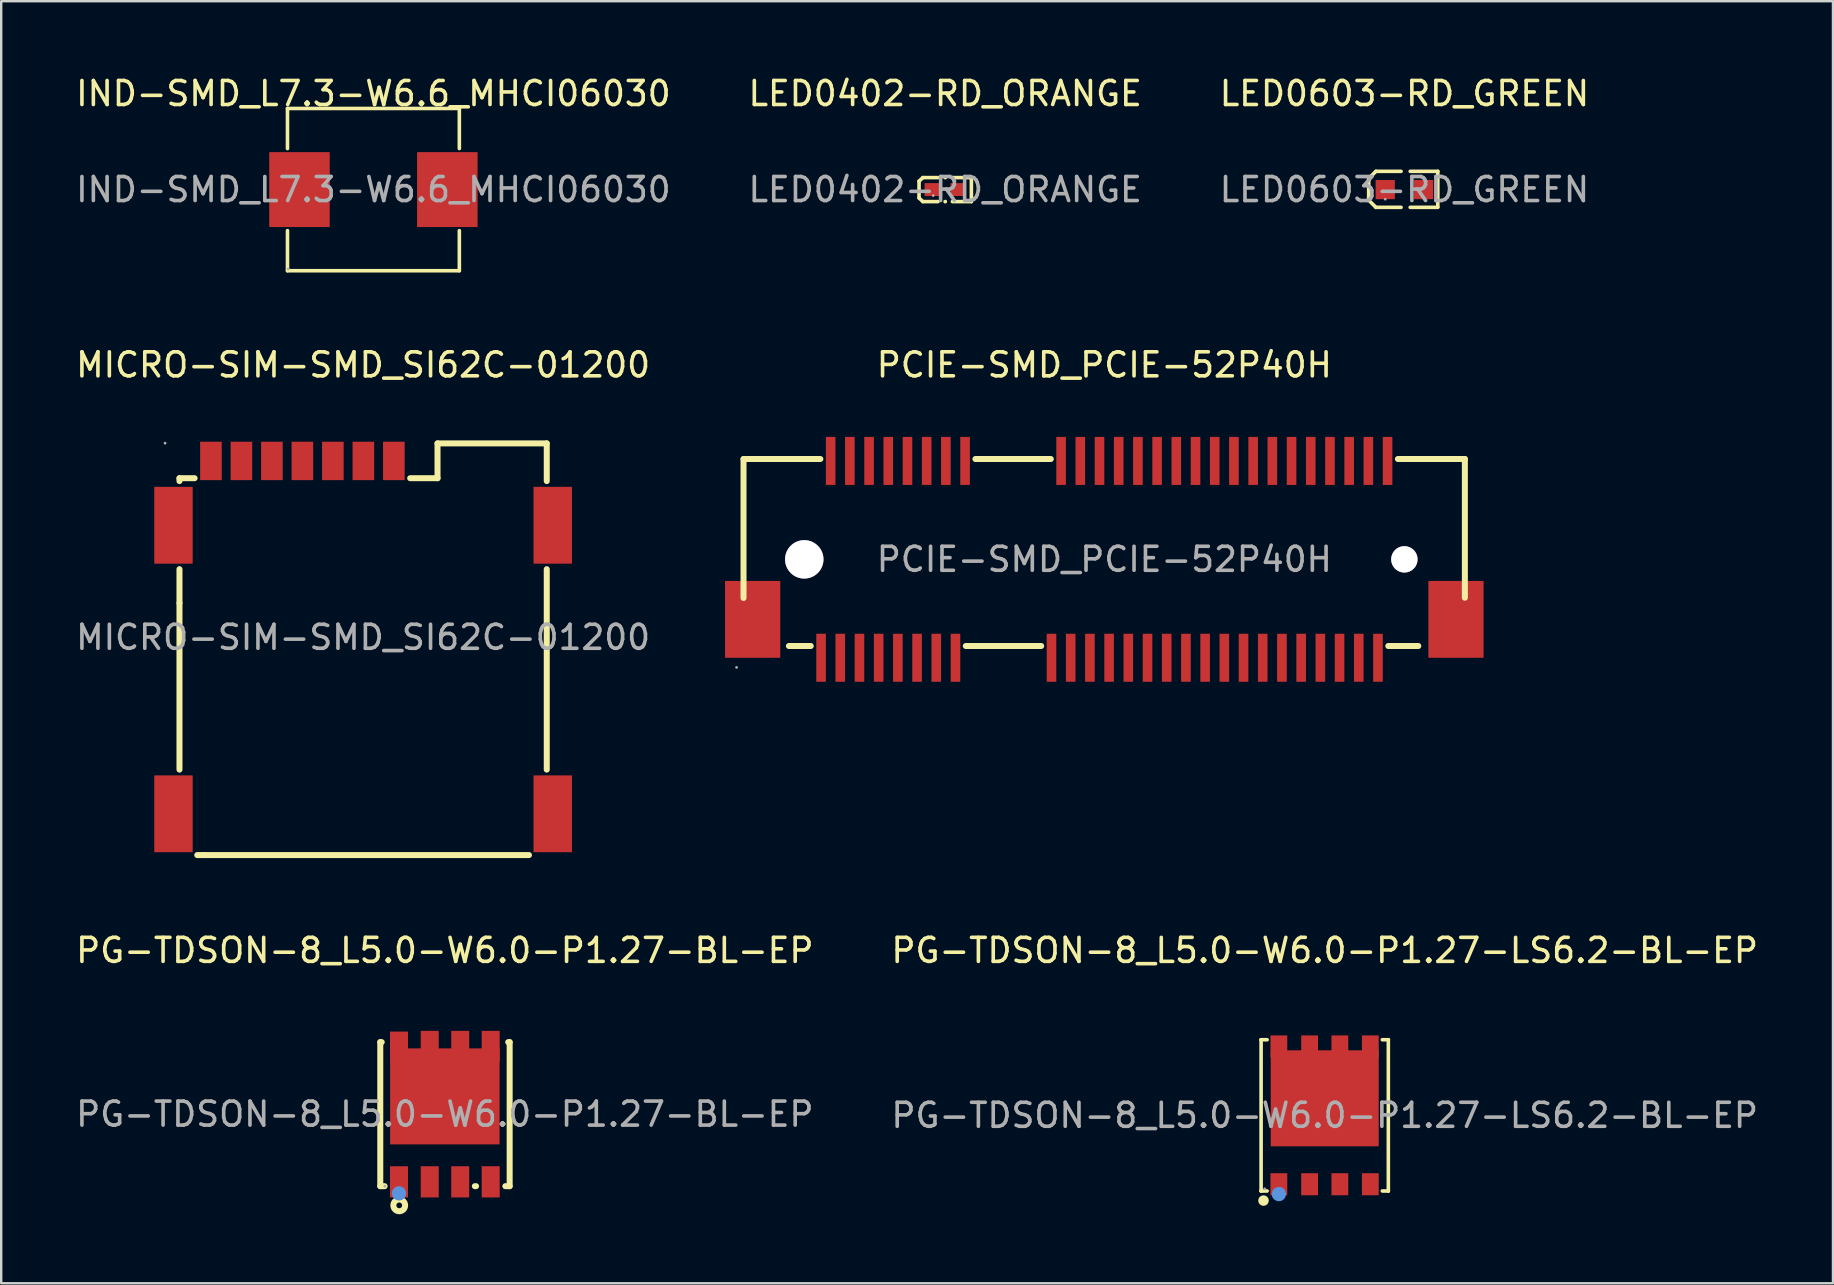
<source format=kicad_pcb>
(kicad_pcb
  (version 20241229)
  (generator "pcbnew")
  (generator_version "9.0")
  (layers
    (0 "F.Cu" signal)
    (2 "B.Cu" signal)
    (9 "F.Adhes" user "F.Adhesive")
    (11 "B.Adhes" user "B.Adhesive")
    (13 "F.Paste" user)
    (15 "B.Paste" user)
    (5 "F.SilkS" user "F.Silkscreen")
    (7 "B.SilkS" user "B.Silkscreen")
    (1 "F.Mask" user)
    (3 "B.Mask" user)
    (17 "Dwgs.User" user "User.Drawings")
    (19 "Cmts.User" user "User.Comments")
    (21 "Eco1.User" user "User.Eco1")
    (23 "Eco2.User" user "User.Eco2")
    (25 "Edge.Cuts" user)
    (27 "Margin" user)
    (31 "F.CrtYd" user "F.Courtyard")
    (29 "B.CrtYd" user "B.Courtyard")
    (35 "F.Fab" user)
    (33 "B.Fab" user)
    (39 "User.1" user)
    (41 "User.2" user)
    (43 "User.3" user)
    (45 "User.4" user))
  (footprint "MICRO-SIM-SMD_SI62C-01200"
    (layer "F.Cu")
    (at 12.077 23.502)
    (property "Reference" "MICRO-SIM-SMD_SI62C-01200" (at 0 -11.35 0) (layer "F.SilkS") (effects (font (size 1 1) (thickness 0.15))))
    (attr smd)
    (fp_line (start -7.65 -6.63) (end -7.02 -6.63) (stroke (width 0.25) (type solid)) (layer "F.SilkS"))
    (fp_line (start -7.65 -6.51) (end -7.65 -6.63) (stroke (width 0.25) (type solid)) (layer "F.SilkS"))
    (fp_line (start -7.65 -1.43) (end -7.65 -2.84) (stroke (width 0.25) (type solid)) (layer "F.SilkS"))
    (fp_line (start -7.65 -1.43) (end -7.65 5.51) (stroke (width 0.25) (type solid)) (layer "F.SilkS"))
    (fp_line (start -6.65 9.07) (end -6.91 9.07) (stroke (width 0.25) (type solid)) (layer "F.SilkS"))
    (fp_line (start -6.65 9.07) (end 6.91 9.07) (stroke (width 0.25) (type solid)) (layer "F.SilkS"))
    (fp_line (start 1.96 -6.63) (end 3.1 -6.63) (stroke (width 0.25) (type solid)) (layer "F.SilkS"))
    (fp_line (start 3.1 -8.08) (end 7.65 -8.08) (stroke (width 0.25) (type solid)) (layer "F.SilkS"))
    (fp_line (start 3.1 -6.63) (end 3.1 -8.08) (stroke (width 0.25) (type solid)) (layer "F.SilkS"))
    (fp_line (start 7.65 -8.08) (end 7.65 -6.51) (stroke (width 0.25) (type solid)) (layer "F.SilkS"))
    (fp_line (start 7.65 -2.84) (end 7.65 5.51) (stroke (width 0.25) (type solid)) (layer "F.SilkS"))
    (fp_circle (center -8.25 -8.09) (end -8.22 -8.09) (stroke (width 0.06) (type solid)) (fill no) (layer "F.Fab"))
    (fp_text user "${REFERENCE}" (at 0 0 0) (layer "F.Fab") (effects (font (size 1 1) (thickness 0.15))))
    (pad "1" smd rect (at -5.07 -7.35 270) (size 1.6 0.9) (layers "F.Cu" "F.Mask" "F.Paste"))
    (pad "2" smd rect (at -2.53 -7.35 270) (size 1.6 0.9) (layers "F.Cu" "F.Mask" "F.Paste"))
    (pad "3" smd rect (at 0.01 -7.35 270) (size 1.6 0.9) (layers "F.Cu" "F.Mask" "F.Paste"))
    (pad "5" smd rect (at -6.34 -7.35 270) (size 1.6 0.9) (layers "F.Cu" "F.Mask" "F.Paste"))
    (pad "6" smd rect (at -3.8 -7.35 270) (size 1.6 0.9) (layers "F.Cu" "F.Mask" "F.Paste"))
    (pad "7" smd rect (at -1.26 -7.35 270) (size 1.6 0.9) (layers "F.Cu" "F.Mask" "F.Paste"))
    (pad "8" smd rect (at 1.28 -7.35 270) (size 1.6 0.9) (layers "F.Cu" "F.Mask" "F.Paste"))
    (pad "9" smd rect (at -7.9 -4.67 270) (size 3.2 1.6) (layers "F.Cu" "F.Mask" "F.Paste"))
    (pad "10" smd rect (at 7.9 -4.67 270) (size 3.2 1.6) (layers "F.Cu" "F.Mask" "F.Paste"))
    (pad "11" smd rect (at -7.9 7.35 270) (size 3.2 1.6) (layers "F.Cu" "F.Mask" "F.Paste"))
    (pad "12" smd rect (at 7.9 7.35 270) (size 3.2 1.6) (layers "F.Cu" "F.Mask" "F.Paste")))
  (footprint "PCIE-SMD_PCIE-52P40H"
    (layer "F.Cu")
    (at 42.955 20.252)
    (property "Reference" "PCIE-SMD_PCIE-52P40H" (at 0 -8.1 0) (layer "F.SilkS") (effects (font (size 1 1) (thickness 0.15))))
    (attr smd)
    (fp_line (start -15.03 -4.18) (end -11.83 -4.18) (stroke (width 0.25) (type solid)) (layer "F.SilkS"))
    (fp_line (start -15.03 1.61) (end -15.03 -4.18) (stroke (width 0.25) (type solid)) (layer "F.SilkS"))
    (fp_line (start -13.14 3.61) (end -12.23 3.61) (stroke (width 0.25) (type solid)) (layer "F.SilkS"))
    (fp_line (start -5.77 3.61) (end -2.63 3.61) (stroke (width 0.25) (type solid)) (layer "F.SilkS"))
    (fp_line (start -5.37 -4.18) (end -2.23 -4.18) (stroke (width 0.25) (type solid)) (layer "F.SilkS"))
    (fp_line (start 11.83 3.61) (end 13.08 3.61) (stroke (width 0.25) (type solid)) (layer "F.SilkS"))
    (fp_line (start 12.23 -4.18) (end 15.02 -4.18) (stroke (width 0.25) (type solid)) (layer "F.SilkS"))
    (fp_line (start 15.02 -4.18) (end 15.02 1.6) (stroke (width 0.25) (type solid)) (layer "F.SilkS"))
    (fp_circle (center -12.5 0) (end -12.14 0) (stroke (width 0.72) (type solid)) (fill no) (layer "Cmts.User"))
    (fp_circle (center 12.5 0) (end 12.74 0) (stroke (width 0.48) (type solid)) (fill no) (layer "Cmts.User"))
    (fp_circle (center -15.32 4.5) (end -15.29 4.5) (stroke (width 0.06) (type solid)) (fill no) (layer "F.Fab"))
    (fp_text user "${REFERENCE}" (at 0 0 0) (layer "F.Fab") (effects (font (size 1 1) (thickness 0.15))))
    (pad "" thru_hole circle (at -12.5 0) (size 1.6 1.6) (drill 1.6) (layers "*.Cu" "*.Mask"))
    (pad "" thru_hole circle (at 12.5 0) (size 1.1 1.1) (drill 1.1) (layers "*.Cu" "*.Mask"))
    (pad "1" smd rect (at -11.8 4.1) (size 0.4 2) (layers "F.Cu" "F.Mask" "F.Paste"))
    (pad "2" smd rect (at -11.4 -4.1) (size 0.4 2) (layers "F.Cu" "F.Mask" "F.Paste"))
    (pad "3" smd rect (at -11 4.1) (size 0.4 2) (layers "F.Cu" "F.Mask" "F.Paste"))
    (pad "4" smd rect (at -10.6 -4.1) (size 0.4 2) (layers "F.Cu" "F.Mask" "F.Paste"))
    (pad "5" smd rect (at -10.2 4.1) (size 0.4 2) (layers "F.Cu" "F.Mask" "F.Paste"))
    (pad "6" smd rect (at -9.8 -4.1) (size 0.4 2) (layers "F.Cu" "F.Mask" "F.Paste"))
    (pad "7" smd rect (at -9.4 4.1) (size 0.4 2) (layers "F.Cu" "F.Mask" "F.Paste"))
    (pad "8" smd rect (at -9 -4.1) (size 0.4 2) (layers "F.Cu" "F.Mask" "F.Paste"))
    (pad "9" smd rect (at -8.6 4.1) (size 0.4 2) (layers "F.Cu" "F.Mask" "F.Paste"))
    (pad "10" smd rect (at -8.2 -4.1) (size 0.4 2) (layers "F.Cu" "F.Mask" "F.Paste"))
    (pad "11" smd rect (at -7.8 4.1) (size 0.4 2) (layers "F.Cu" "F.Mask" "F.Paste"))
    (pad "12" smd rect (at -7.4 -4.1) (size 0.4 2) (layers "F.Cu" "F.Mask" "F.Paste"))
    (pad "13" smd rect (at -7 4.1) (size 0.4 2) (layers "F.Cu" "F.Mask" "F.Paste"))
    (pad "14" smd rect (at -6.6 -4.1) (size 0.4 2) (layers "F.Cu" "F.Mask" "F.Paste"))
    (pad "15" smd rect (at -6.2 4.1) (size 0.4 2) (layers "F.Cu" "F.Mask" "F.Paste"))
    (pad "16" smd rect (at -5.8 -4.1) (size 0.4 2) (layers "F.Cu" "F.Mask" "F.Paste"))
    (pad "17" smd rect (at -2.2 4.1) (size 0.4 2) (layers "F.Cu" "F.Mask" "F.Paste"))
    (pad "18" smd rect (at -1.8 -4.1) (size 0.4 2) (layers "F.Cu" "F.Mask" "F.Paste"))
    (pad "19" smd rect (at -1.4 4.1) (size 0.4 2) (layers "F.Cu" "F.Mask" "F.Paste"))
    (pad "20" smd rect (at -1 -4.1) (size 0.4 2) (layers "F.Cu" "F.Mask" "F.Paste"))
    (pad "21" smd rect (at -0.6 4.1) (size 0.4 2) (layers "F.Cu" "F.Mask" "F.Paste"))
    (pad "22" smd rect (at -0.2 -4.1) (size 0.4 2) (layers "F.Cu" "F.Mask" "F.Paste"))
    (pad "23" smd rect (at 0.2 4.1) (size 0.4 2) (layers "F.Cu" "F.Mask" "F.Paste"))
    (pad "24" smd rect (at 0.6 -4.1) (size 0.4 2) (layers "F.Cu" "F.Mask" "F.Paste"))
    (pad "25" smd rect (at 1 4.1) (size 0.4 2) (layers "F.Cu" "F.Mask" "F.Paste"))
    (pad "26" smd rect (at 1.4 -4.1) (size 0.4 2) (layers "F.Cu" "F.Mask" "F.Paste"))
    (pad "27" smd rect (at 1.8 4.1) (size 0.4 2) (layers "F.Cu" "F.Mask" "F.Paste"))
    (pad "28" smd rect (at 2.2 -4.1) (size 0.4 2) (layers "F.Cu" "F.Mask" "F.Paste"))
    (pad "29" smd rect (at 2.6 4.1) (size 0.4 2) (layers "F.Cu" "F.Mask" "F.Paste"))
    (pad "30" smd rect (at 3 -4.1) (size 0.4 2) (layers "F.Cu" "F.Mask" "F.Paste"))
    (pad "31" smd rect (at 3.4 4.1) (size 0.4 2) (layers "F.Cu" "F.Mask" "F.Paste"))
    (pad "32" smd rect (at 3.8 -4.1) (size 0.4 2) (layers "F.Cu" "F.Mask" "F.Paste"))
    (pad "33" smd rect (at 4.2 4.1) (size 0.4 2) (layers "F.Cu" "F.Mask" "F.Paste"))
    (pad "34" smd rect (at 4.6 -4.1) (size 0.4 2) (layers "F.Cu" "F.Mask" "F.Paste"))
    (pad "35" smd rect (at 5 4.1) (size 0.4 2) (layers "F.Cu" "F.Mask" "F.Paste"))
    (pad "36" smd rect (at 5.4 -4.1) (size 0.4 2) (layers "F.Cu" "F.Mask" "F.Paste"))
    (pad "37" smd rect (at 5.8 4.1) (size 0.4 2) (layers "F.Cu" "F.Mask" "F.Paste"))
    (pad "38" smd rect (at 6.2 -4.1) (size 0.4 2) (layers "F.Cu" "F.Mask" "F.Paste"))
    (pad "39" smd rect (at 6.6 4.1) (size 0.4 2) (layers "F.Cu" "F.Mask" "F.Paste"))
    (pad "40" smd rect (at 7 -4.1) (size 0.4 2) (layers "F.Cu" "F.Mask" "F.Paste"))
    (pad "41" smd rect (at 7.4 4.1) (size 0.4 2) (layers "F.Cu" "F.Mask" "F.Paste"))
    (pad "42" smd rect (at 7.8 -4.1) (size 0.4 2) (layers "F.Cu" "F.Mask" "F.Paste"))
    (pad "43" smd rect (at 8.2 4.1) (size 0.4 2) (layers "F.Cu" "F.Mask" "F.Paste"))
    (pad "44" smd rect (at 8.6 -4.1) (size 0.4 2) (layers "F.Cu" "F.Mask" "F.Paste"))
    (pad "45" smd rect (at 9 4.1) (size 0.4 2) (layers "F.Cu" "F.Mask" "F.Paste"))
    (pad "46" smd rect (at 9.4 -4.1) (size 0.4 2) (layers "F.Cu" "F.Mask" "F.Paste"))
    (pad "47" smd rect (at 9.8 4.1) (size 0.4 2) (layers "F.Cu" "F.Mask" "F.Paste"))
    (pad "48" smd rect (at 10.2 -4.1) (size 0.4 2) (layers "F.Cu" "F.Mask" "F.Paste"))
    (pad "49" smd rect (at 10.6 4.1) (size 0.4 2) (layers "F.Cu" "F.Mask" "F.Paste"))
    (pad "50" smd rect (at 11 -4.1) (size 0.4 2) (layers "F.Cu" "F.Mask" "F.Paste"))
    (pad "51" smd rect (at 11.4 4.1) (size 0.4 2) (layers "F.Cu" "F.Mask" "F.Paste"))
    (pad "52" smd rect (at 11.8 -4.1) (size 0.4 2) (layers "F.Cu" "F.Mask" "F.Paste"))
    (pad "53" smd rect (at 14.65 2.5) (size 2.3 3.2) (layers "F.Cu" "F.Mask" "F.Paste"))
    (pad "54" smd rect (at -14.65 2.5) (size 2.3 3.2) (layers "F.Cu" "F.Mask" "F.Paste")))
  (footprint "PG-TDSON-8_L5.0-W6.0-P1.27-LS6.2-BL-EP"
    (layer "F.Cu")
    (at 52.137 43.415)
    (property "Reference" "PG-TDSON-8_L5.0-W6.0-P1.27-LS6.2-BL-EP" (at 0 -6.87 0) (layer "F.SilkS") (effects (font (size 1 1) (thickness 0.15))))
    (attr smd)
    (fp_line (start -2.65 -3.15) (end -2.65 -3.15) (stroke (width 0.15) (type solid)) (layer "F.SilkS"))
    (fp_line (start -2.65 -3.15) (end -2.4 -3.15) (stroke (width 0.15) (type solid)) (layer "F.SilkS"))
    (fp_line (start -2.65 3.15) (end -2.65 -3.15) (stroke (width 0.15) (type solid)) (layer "F.SilkS"))
    (fp_line (start -2.65 3.15) (end -2.65 3.15) (stroke (width 0.15) (type solid)) (layer "F.SilkS"))
    (fp_line (start -2.4 3.15) (end -2.65 3.15) (stroke (width 0.15) (type solid)) (layer "F.SilkS"))
    (fp_line (start 2.4 3.15) (end 2.65 3.15) (stroke (width 0.15) (type solid)) (layer "F.SilkS"))
    (fp_line (start 2.65 -3.15) (end 2.4 -3.15) (stroke (width 0.15) (type solid)) (layer "F.SilkS"))
    (fp_line (start 2.65 -3.15) (end 2.65 -3.15) (stroke (width 0.15) (type solid)) (layer "F.SilkS"))
    (fp_line (start 2.65 3.15) (end 2.65 -3.15) (stroke (width 0.15) (type solid)) (layer "F.SilkS"))
    (fp_line (start 2.65 3.15) (end 2.65 3.15) (stroke (width 0.15) (type solid)) (layer "F.SilkS"))
    (fp_circle (center -2.55 3.55) (end -2.44 3.55) (stroke (width 0.22) (type solid)) (fill no) (layer "F.SilkS"))
    (fp_circle (center -1.91 3.28) (end -1.76 3.28) (stroke (width 0.3) (type solid)) (fill no) (layer "Cmts.User"))
    (fp_circle (center -2.5 3.06) (end -2.47 3.06) (stroke (width 0.06) (type solid)) (fill no) (layer "F.Fab"))
    (fp_text user "${REFERENCE}" (at 0 0 0) (layer "F.Fab") (effects (font (size 1 1) (thickness 0.15))))
    (pad "1" smd rect (at -1.91 2.87) (size 0.7 0.92) (layers "F.Cu" "F.Mask" "F.Paste"))
    (pad "2" smd rect (at -0.63 2.87) (size 0.7 0.92) (layers "F.Cu" "F.Mask" "F.Paste"))
    (pad "3" smd rect (at 0.63 2.87) (size 0.7 0.92) (layers "F.Cu" "F.Mask" "F.Paste"))
    (pad "4" smd rect (at 1.9 2.87) (size 0.7 0.92) (layers "F.Cu" "F.Mask" "F.Paste"))
    (pad "5" smd rect (at 1.9 -2.87) (size 0.7 0.92) (layers "F.Cu" "F.Mask" "F.Paste"))
    (pad "6" smd rect (at 0.63 -2.87) (size 0.7 0.92) (layers "F.Cu" "F.Mask" "F.Paste"))
    (pad "7" smd rect (at -0.63 -2.87) (size 0.7 0.92) (layers "F.Cu" "F.Mask" "F.Paste"))
    (pad "8" smd rect (at -1.91 -2.87) (size 0.7 0.92) (layers "F.Cu" "F.Mask" "F.Paste"))
    (pad "9" smd rect (at 0 -0.71) (size 4.5 4) (layers "F.Cu" "F.Mask" "F.Paste")))
  (footprint "LED0603-RD_GREEN"
    (layer "F.Cu")
    (at 55.458 4.848)
    (property "Reference" "LED0603-RD_GREEN" (at 0 -4 0) (layer "F.SilkS") (effects (font (size 1 1) (thickness 0.15))))
    (attr smd)
    (fp_line (start -1.49 -0.46) (end -1.19 -0.76) (stroke (width 0.15) (type solid)) (layer "F.SilkS"))
    (fp_line (start -1.49 -0.36) (end -1.49 -0.46) (stroke (width 0.15) (type solid)) (layer "F.SilkS"))
    (fp_line (start -1.49 -0.36) (end -1.49 0.34) (stroke (width 0.15) (type solid)) (layer "F.SilkS"))
    (fp_line (start -1.49 0.34) (end -1.49 0.44) (stroke (width 0.15) (type solid)) (layer "F.SilkS"))
    (fp_line (start -1.49 0.44) (end -1.19 0.74) (stroke (width 0.15) (type solid)) (layer "F.SilkS"))
    (fp_line (start -0.14 -0.76) (end -1.19 -0.76) (stroke (width 0.15) (type solid)) (layer "F.SilkS"))
    (fp_line (start -0.14 0.74) (end -1.19 0.74) (stroke (width 0.15) (type solid)) (layer "F.SilkS"))
    (fp_line (start 0.24 -0.76) (end 1.39 -0.76) (stroke (width 0.15) (type solid)) (layer "F.SilkS"))
    (fp_line (start 0.24 0.74) (end 1.39 0.74) (stroke (width 0.15) (type solid)) (layer "F.SilkS"))
    (fp_line (start 1.39 -0.76) (end 1.39 0.72) (stroke (width 0.15) (type solid)) (layer "F.SilkS"))
    (fp_circle (center -0.8 0.4) (end -0.77 0.4) (stroke (width 0.06) (type solid)) (fill no) (layer "F.Fab"))
    (fp_text user "${REFERENCE}" (at 0 0 0) (layer "F.Fab") (effects (font (size 1 1) (thickness 0.15))))
    (pad "1" smd rect (at -0.8 0 90) (size 0.8 0.8) (layers "F.Cu" "F.Mask" "F.Paste"))
    (pad "2" smd rect (at 0.8 0 90) (size 0.8 0.8) (layers "F.Cu" "F.Mask" "F.Paste")))
  (footprint "IND-SMD_L7.3-W6.6_MHCI06030"
    (layer "F.Cu")
    (at 12.506 4.848)
    (property "Reference" "IND-SMD_L7.3-W6.6_MHCI06030" (at 0 -4 0) (layer "F.SilkS") (effects (font (size 1 1) (thickness 0.15))))
    (attr smd)
    (fp_line (start -3.58 -3.38) (end 3.58 -3.38) (stroke (width 0.15) (type solid)) (layer "F.SilkS"))
    (fp_line (start -3.58 -1.71) (end -3.58 -3.38) (stroke (width 0.15) (type solid)) (layer "F.SilkS"))
    (fp_line (start -3.58 1.71) (end -3.58 3.38) (stroke (width 0.15) (type solid)) (layer "F.SilkS"))
    (fp_line (start -3.58 3.38) (end 3.58 3.38) (stroke (width 0.15) (type solid)) (layer "F.SilkS"))
    (fp_line (start 3.58 -3.38) (end 3.58 -1.71) (stroke (width 0.15) (type solid)) (layer "F.SilkS"))
    (fp_line (start 3.58 3.38) (end 3.58 1.71) (stroke (width 0.15) (type solid)) (layer "F.SilkS"))
    (fp_circle (center -3.55 3.31) (end -3.52 3.31) (stroke (width 0.06) (type solid)) (fill no) (layer "F.Fab"))
    (fp_text user "${REFERENCE}" (at 0 0 0) (layer "F.Fab") (effects (font (size 1 1) (thickness 0.15))))
    (pad "1" smd rect (at -3.08 0) (size 2.52 3.12) (layers "F.Cu" "F.Mask" "F.Paste"))
    (pad "2" smd rect (at 3.08 0) (size 2.52 3.12) (layers "F.Cu" "F.Mask" "F.Paste")))
  (footprint "LED0402-RD_ORANGE"
    (layer "F.Cu")
    (at 36.327 4.848)
    (property "Reference" "LED0402-RD_ORANGE" (at 0 -4 0) (layer "F.SilkS") (effects (font (size 1 1) (thickness 0.15))))
    (attr smd)
    (fp_line (start -1.09 -0.35) (end -0.93 -0.5) (stroke (width 0.15) (type solid)) (layer "F.SilkS"))
    (fp_line (start -1.09 0.35) (end -1.09 -0.35) (stroke (width 0.15) (type solid)) (layer "F.SilkS"))
    (fp_line (start -0.93 -0.5) (end -0.3 -0.5) (stroke (width 0.15) (type solid)) (layer "F.SilkS"))
    (fp_line (start -0.93 0.5) (end -1.09 0.35) (stroke (width 0.15) (type solid)) (layer "F.SilkS"))
    (fp_line (start -0.3 0.5) (end -0.93 0.5) (stroke (width 0.15) (type solid)) (layer "F.SilkS"))
    (fp_line (start 0.3 0.5) (end 1.09 0.5) (stroke (width 0.15) (type solid)) (layer "F.SilkS"))
    (fp_line (start 1.09 -0.5) (end 0.3 -0.5) (stroke (width 0.15) (type solid)) (layer "F.SilkS"))
    (fp_line (start 1.09 0.5) (end 1.09 -0.5) (stroke (width 0.15) (type solid)) (layer "F.SilkS"))
    (fp_circle (center 0 -0.5) (end 0.04 -0.5) (stroke (width 0.08) (type solid)) (fill no) (layer "F.SilkS"))
    (fp_circle (center 0 0.5) (end 0.04 0.5) (stroke (width 0.08) (type solid)) (fill no) (layer "F.SilkS"))
    (fp_circle (center -0.5 0.25) (end -0.47 0.25) (stroke (width 0.06) (type solid)) (fill no) (layer "F.Fab"))
    (fp_text user "${REFERENCE}" (at 0 0 0) (layer "F.Fab") (effects (font (size 1 1) (thickness 0.15))))
    (pad "1" smd rect (at -0.54 0) (size 0.64 0.54) (layers "F.Cu" "F.Mask" "F.Paste"))
    (pad "2" smd rect (at 0.54 0) (size 0.64 0.54) (layers "F.Cu" "F.Mask" "F.Paste")))
  (footprint "PG-TDSON-8_L5.0-W6.0-P1.27-BL-EP"
    (layer "F.Cu")
    (at 15.482 43.365)
    (property "Reference" "PG-TDSON-8_L5.0-W6.0-P1.27-BL-EP" (at 0 -6.82 0) (layer "F.SilkS") (effects (font (size 1 1) (thickness 0.15))))
    (attr smd)
    (fp_line (start -2.69 -3) (end -2.63 -3) (stroke (width 0.25) (type solid)) (layer "F.SilkS"))
    (fp_line (start -2.69 3) (end -2.69 -3) (stroke (width 0.25) (type solid)) (layer "F.SilkS"))
    (fp_line (start -2.69 3) (end -2.51 3) (stroke (width 0.25) (type solid)) (layer "F.SilkS"))
    (fp_line (start 1.25 3) (end 1.3 3) (stroke (width 0.25) (type solid)) (layer "F.SilkS"))
    (fp_line (start 2.52 3) (end 2.7 3) (stroke (width 0.25) (type solid)) (layer "F.SilkS"))
    (fp_line (start 2.64 -3) (end 2.7 -3) (stroke (width 0.25) (type solid)) (layer "F.SilkS"))
    (fp_line (start 2.7 -3) (end 2.7 3) (stroke (width 0.25) (type solid)) (layer "F.SilkS"))
    (fp_circle (center -1.9 3.8) (end -1.78 3.8) (stroke (width 0.25) (type solid)) (fill no) (layer "F.SilkS"))
    (fp_circle (center -1.91 3.3) (end -1.76 3.3) (stroke (width 0.3) (type solid)) (fill no) (layer "Cmts.User"))
    (fp_circle (center -2.5 3) (end -2.47 3) (stroke (width 0.06) (type solid)) (fill no) (layer "F.Fab"))
    (fp_text user "${REFERENCE}" (at 0 0 0) (layer "F.Fab") (effects (font (size 1 1) (thickness 0.15))))
    (pad "1" smd rect (at -1.91 2.82 90) (size 1.3 0.75) (layers "F.Cu" "F.Mask" "F.Paste"))
    (pad "2" smd rect (at -0.63 2.82 90) (size 1.3 0.75) (layers "F.Cu" "F.Mask" "F.Paste"))
    (pad "3" smd rect (at 0.64 2.82 90) (size 1.3 0.75) (layers "F.Cu" "F.Mask" "F.Paste"))
    (pad "4" smd rect (at 1.91 2.82 90) (size 1.3 0.75) (layers "F.Cu" "F.Mask" "F.Paste"))
    (pad "5" smd rect (at 1.91 -2.82 270) (size 1.3 0.75) (layers "F.Cu" "F.Mask" "F.Paste"))
    (pad "6" smd rect (at 0.64 -2.82 270) (size 1.3 0.75) (layers "F.Cu" "F.Mask" "F.Paste"))
    (pad "7" smd rect (at -0.63 -2.82 270) (size 1.3 0.75) (layers "F.Cu" "F.Mask" "F.Paste"))
    (pad "8" smd rect (at -1.91 -2.79 270) (size 1.3 0.75) (layers "F.Cu" "F.Mask" "F.Paste"))
    (pad "8" smd rect (at 0 -0.74) (size 4.56 4) (layers "F.Cu" "F.Mask" "F.Paste")))
  (gr_rect
    (start -3 -3)
    (end 73.31 50.41)
    (stroke (width 0.1) (type default))
    (fill no)
    (layer "Edge.Cuts")))
</source>
